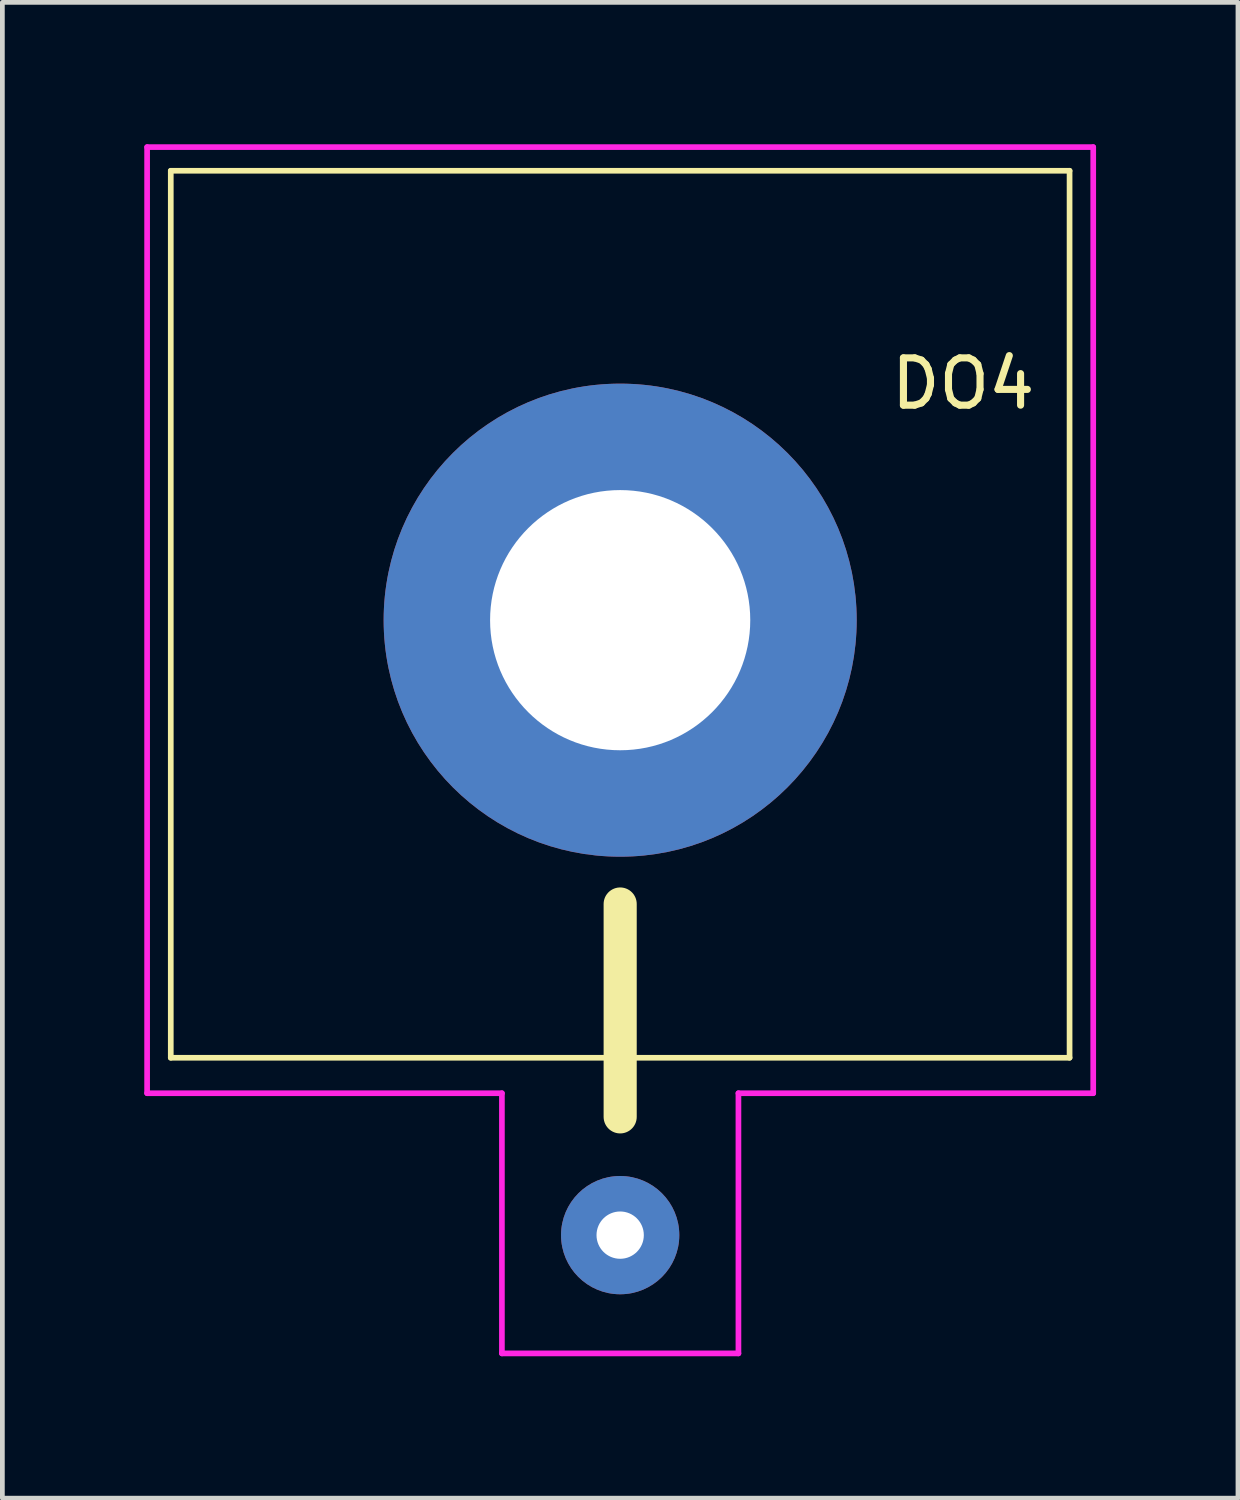
<source format=kicad_pcb>
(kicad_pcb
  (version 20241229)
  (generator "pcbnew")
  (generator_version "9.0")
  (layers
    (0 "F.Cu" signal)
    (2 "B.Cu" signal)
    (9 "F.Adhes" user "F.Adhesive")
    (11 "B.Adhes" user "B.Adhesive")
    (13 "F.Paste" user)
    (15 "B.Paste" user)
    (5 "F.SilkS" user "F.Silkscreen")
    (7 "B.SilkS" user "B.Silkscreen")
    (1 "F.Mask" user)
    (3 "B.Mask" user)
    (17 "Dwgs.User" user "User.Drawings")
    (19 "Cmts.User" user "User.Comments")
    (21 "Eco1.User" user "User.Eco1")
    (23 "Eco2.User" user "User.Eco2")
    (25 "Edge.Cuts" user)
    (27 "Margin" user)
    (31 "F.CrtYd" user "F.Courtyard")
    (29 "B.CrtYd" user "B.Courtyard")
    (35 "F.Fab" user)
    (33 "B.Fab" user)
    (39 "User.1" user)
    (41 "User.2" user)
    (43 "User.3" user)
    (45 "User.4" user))
  (footprint "DO4"
    (layer "F.Cu")
    (at 10.06 10.06)
    (property "Reference" "DO4" (at 7.25 -5 0) (unlocked yes) (layer "F.SilkS") (effects (font (size 1 1) (thickness 0.15))))
    (attr through_hole)
    (fp_line (start -9.5 -9.5) (end 9.5 -9.5) (stroke (width 0.12) (type solid)) (layer "F.SilkS"))
    (fp_line (start -9.5 9.25) (end -9.5 -9.5) (stroke (width 0.12) (type solid)) (layer "F.SilkS"))
    (fp_line (start 0 6) (end 0 10.5) (stroke (width 0.7) (type solid)) (layer "F.SilkS"))
    (fp_line (start 9.5 -9.5) (end 9.5 9.25) (stroke (width 0.12) (type solid)) (layer "F.SilkS"))
    (fp_line (start 9.5 9.25) (end -9.5 9.25) (stroke (width 0.12) (type solid)) (layer "F.SilkS"))
    (fp_line (start -10 -10) (end 10 -10) (stroke (width 0.12) (type solid)) (layer "F.CrtYd"))
    (fp_line (start -10 10) (end -10 -10) (stroke (width 0.12) (type solid)) (layer "F.CrtYd"))
    (fp_line (start -2.5 10) (end -10 10) (stroke (width 0.12) (type solid)) (layer "F.CrtYd"))
    (fp_line (start -2.5 10) (end -2.5 15.5) (stroke (width 0.12) (type solid)) (layer "F.CrtYd"))
    (fp_line (start -2.5 15.5) (end 2.5 15.5) (stroke (width 0.12) (type solid)) (layer "F.CrtYd"))
    (fp_line (start 2.5 10) (end 10 10) (stroke (width 0.12) (type solid)) (layer "F.CrtYd"))
    (fp_line (start 2.5 15.5) (end 2.5 10) (stroke (width 0.12) (type solid)) (layer "F.CrtYd"))
    (fp_line (start 10 -10) (end 10 10) (stroke (width 0.12) (type solid)) (layer "F.CrtYd"))
    (pad "1" thru_hole circle (at 0 13) (size 2.5 2.5) (drill 1) (layers "*.Cu" "*.Mask"))
    (pad "2" thru_hole circle (at 0 0) (size 10 10) (drill 5.5) (layers "*.Cu" "*.Mask")))
  (gr_rect
    (start -3 -3)
    (end 23.12 28.62)
    (stroke (width 0.1) (type default))
    (fill no)
    (layer "Edge.Cuts")))
</source>
